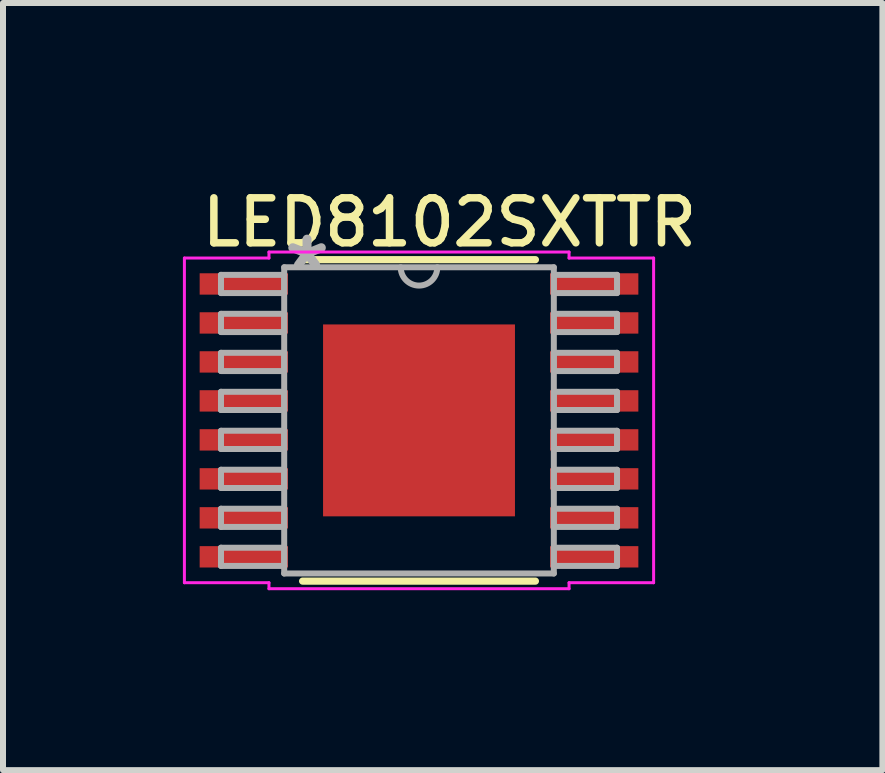
<source format=kicad_pcb>
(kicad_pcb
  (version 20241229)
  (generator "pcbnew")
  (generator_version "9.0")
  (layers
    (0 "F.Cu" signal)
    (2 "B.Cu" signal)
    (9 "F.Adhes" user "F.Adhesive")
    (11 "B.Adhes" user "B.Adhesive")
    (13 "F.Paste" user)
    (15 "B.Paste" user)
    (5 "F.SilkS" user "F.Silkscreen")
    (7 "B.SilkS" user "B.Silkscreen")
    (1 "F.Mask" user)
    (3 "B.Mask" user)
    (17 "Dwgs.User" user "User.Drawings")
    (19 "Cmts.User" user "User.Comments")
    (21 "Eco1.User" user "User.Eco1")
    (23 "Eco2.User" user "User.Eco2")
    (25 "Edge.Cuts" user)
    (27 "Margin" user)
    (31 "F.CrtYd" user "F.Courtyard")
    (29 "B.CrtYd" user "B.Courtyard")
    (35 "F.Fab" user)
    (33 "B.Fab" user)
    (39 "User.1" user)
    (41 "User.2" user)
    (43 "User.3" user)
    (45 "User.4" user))
  (footprint "LED8102SXTTR"
    (layer "F.Cu")
    (at 3.937 3.96)
    (property "Reference" "LED8102SXTTR" (at 0.508 -3.302 0) (layer "F.SilkS") (effects (font (size 0.75 0.75) (thickness 0.125))))
    (attr through_hole)
    (fp_line (start -1.941 2.68) (end 1.941 2.68) (stroke (width 0.12) (type solid)) (layer "F.SilkS"))
    (fp_line (start 1.941 -2.68) (end -1.941 -2.68) (stroke (width 0.12) (type solid)) (layer "F.SilkS"))
    (fp_poly (pts (xy -1.5 -1.5) (xy -1.5 -0.1) (xy -0.1 -0.1) (xy -0.1 -1.5)) (stroke (width 0.1) (type solid)) (fill yes) (layer "F.Paste"))
    (fp_poly (pts (xy -1.5 0.1) (xy -1.5 1.5) (xy -0.1 1.5) (xy -0.1 0.1)) (stroke (width 0.1) (type solid)) (fill yes) (layer "F.Paste"))
    (fp_poly (pts (xy 0.1 -1.5) (xy 0.1 -0.1) (xy 1.5 -0.1) (xy 1.5 -1.5)) (stroke (width 0.1) (type solid)) (fill yes) (layer "F.Paste"))
    (fp_poly (pts (xy 0.1 0.1) (xy 0.1 1.5) (xy 1.5 1.5) (xy 1.5 0.1)) (stroke (width 0.1) (type solid)) (fill yes) (layer "F.Paste"))
    (fp_line (start -3.912 -2.707) (end -2.502 -2.707) (stroke (width 0.05) (type solid)) (layer "F.CrtYd"))
    (fp_line (start -3.912 2.707) (end -3.912 -2.707) (stroke (width 0.05) (type solid)) (layer "F.CrtYd"))
    (fp_line (start -2.502 -2.807) (end 2.502 -2.807) (stroke (width 0.05) (type solid)) (layer "F.CrtYd"))
    (fp_line (start -2.502 -2.707) (end -2.502 -2.807) (stroke (width 0.05) (type solid)) (layer "F.CrtYd"))
    (fp_line (start -2.502 2.707) (end -3.912 2.707) (stroke (width 0.05) (type solid)) (layer "F.CrtYd"))
    (fp_line (start -2.502 2.807) (end -2.502 2.707) (stroke (width 0.05) (type solid)) (layer "F.CrtYd"))
    (fp_line (start 2.502 -2.807) (end 2.502 -2.707) (stroke (width 0.05) (type solid)) (layer "F.CrtYd"))
    (fp_line (start 2.502 -2.707) (end 3.912 -2.707) (stroke (width 0.05) (type solid)) (layer "F.CrtYd"))
    (fp_line (start 2.502 2.707) (end 2.502 2.807) (stroke (width 0.05) (type solid)) (layer "F.CrtYd"))
    (fp_line (start 2.502 2.807) (end -2.502 2.807) (stroke (width 0.05) (type solid)) (layer "F.CrtYd"))
    (fp_line (start 3.912 -2.707) (end 3.912 2.707) (stroke (width 0.05) (type solid)) (layer "F.CrtYd"))
    (fp_line (start 3.912 2.707) (end 2.502 2.707) (stroke (width 0.05) (type solid)) (layer "F.CrtYd"))
    (fp_line (start -3.302 -2.427) (end -3.302 -2.123) (stroke (width 0.1) (type solid)) (layer "F.Fab"))
    (fp_line (start -3.302 -2.123) (end -2.248 -2.123) (stroke (width 0.1) (type solid)) (layer "F.Fab"))
    (fp_line (start -3.302 -1.777) (end -3.302 -1.473) (stroke (width 0.1) (type solid)) (layer "F.Fab"))
    (fp_line (start -3.302 -1.473) (end -2.248 -1.473) (stroke (width 0.1) (type solid)) (layer "F.Fab"))
    (fp_line (start -3.302 -1.127) (end -3.302 -0.823) (stroke (width 0.1) (type solid)) (layer "F.Fab"))
    (fp_line (start -3.302 -0.823) (end -2.248 -0.823) (stroke (width 0.1) (type solid)) (layer "F.Fab"))
    (fp_line (start -3.302 -0.477) (end -3.302 -0.173) (stroke (width 0.1) (type solid)) (layer "F.Fab"))
    (fp_line (start -3.302 -0.173) (end -2.248 -0.173) (stroke (width 0.1) (type solid)) (layer "F.Fab"))
    (fp_line (start -3.302 0.173) (end -3.302 0.477) (stroke (width 0.1) (type solid)) (layer "F.Fab"))
    (fp_line (start -3.302 0.477) (end -2.248 0.477) (stroke (width 0.1) (type solid)) (layer "F.Fab"))
    (fp_line (start -3.302 0.823) (end -3.302 1.127) (stroke (width 0.1) (type solid)) (layer "F.Fab"))
    (fp_line (start -3.302 1.127) (end -2.248 1.127) (stroke (width 0.1) (type solid)) (layer "F.Fab"))
    (fp_line (start -3.302 1.473) (end -3.302 1.777) (stroke (width 0.1) (type solid)) (layer "F.Fab"))
    (fp_line (start -3.302 1.777) (end -2.248 1.777) (stroke (width 0.1) (type solid)) (layer "F.Fab"))
    (fp_line (start -3.302 2.123) (end -3.302 2.427) (stroke (width 0.1) (type solid)) (layer "F.Fab"))
    (fp_line (start -3.302 2.427) (end -2.248 2.427) (stroke (width 0.1) (type solid)) (layer "F.Fab"))
    (fp_line (start -2.248 -2.553) (end -2.248 2.553) (stroke (width 0.1) (type solid)) (layer "F.Fab"))
    (fp_line (start -2.248 -2.427) (end -3.302 -2.427) (stroke (width 0.1) (type solid)) (layer "F.Fab"))
    (fp_line (start -2.248 -2.123) (end -2.248 -2.427) (stroke (width 0.1) (type solid)) (layer "F.Fab"))
    (fp_line (start -2.248 -1.777) (end -3.302 -1.777) (stroke (width 0.1) (type solid)) (layer "F.Fab"))
    (fp_line (start -2.248 -1.473) (end -2.248 -1.777) (stroke (width 0.1) (type solid)) (layer "F.Fab"))
    (fp_line (start -2.248 -1.127) (end -3.302 -1.127) (stroke (width 0.1) (type solid)) (layer "F.Fab"))
    (fp_line (start -2.248 -0.823) (end -2.248 -1.127) (stroke (width 0.1) (type solid)) (layer "F.Fab"))
    (fp_line (start -2.248 -0.477) (end -3.302 -0.477) (stroke (width 0.1) (type solid)) (layer "F.Fab"))
    (fp_line (start -2.248 -0.173) (end -2.248 -0.477) (stroke (width 0.1) (type solid)) (layer "F.Fab"))
    (fp_line (start -2.248 0.173) (end -3.302 0.173) (stroke (width 0.1) (type solid)) (layer "F.Fab"))
    (fp_line (start -2.248 0.477) (end -2.248 0.173) (stroke (width 0.1) (type solid)) (layer "F.Fab"))
    (fp_line (start -2.248 0.823) (end -3.302 0.823) (stroke (width 0.1) (type solid)) (layer "F.Fab"))
    (fp_line (start -2.248 1.127) (end -2.248 0.823) (stroke (width 0.1) (type solid)) (layer "F.Fab"))
    (fp_line (start -2.248 1.473) (end -3.302 1.473) (stroke (width 0.1) (type solid)) (layer "F.Fab"))
    (fp_line (start -2.248 1.777) (end -2.248 1.473) (stroke (width 0.1) (type solid)) (layer "F.Fab"))
    (fp_line (start -2.248 2.123) (end -3.302 2.123) (stroke (width 0.1) (type solid)) (layer "F.Fab"))
    (fp_line (start -2.248 2.427) (end -2.248 2.123) (stroke (width 0.1) (type solid)) (layer "F.Fab"))
    (fp_line (start -2.248 2.553) (end 2.248 2.553) (stroke (width 0.1) (type solid)) (layer "F.Fab"))
    (fp_line (start 2.248 -2.553) (end -2.248 -2.553) (stroke (width 0.1) (type solid)) (layer "F.Fab"))
    (fp_line (start 2.248 -2.427) (end 2.248 -2.123) (stroke (width 0.1) (type solid)) (layer "F.Fab"))
    (fp_line (start 2.248 -2.123) (end 3.302 -2.123) (stroke (width 0.1) (type solid)) (layer "F.Fab"))
    (fp_line (start 2.248 -1.777) (end 2.248 -1.473) (stroke (width 0.1) (type solid)) (layer "F.Fab"))
    (fp_line (start 2.248 -1.473) (end 3.302 -1.473) (stroke (width 0.1) (type solid)) (layer "F.Fab"))
    (fp_line (start 2.248 -1.127) (end 2.248 -0.823) (stroke (width 0.1) (type solid)) (layer "F.Fab"))
    (fp_line (start 2.248 -0.823) (end 3.302 -0.823) (stroke (width 0.1) (type solid)) (layer "F.Fab"))
    (fp_line (start 2.248 -0.477) (end 2.248 -0.173) (stroke (width 0.1) (type solid)) (layer "F.Fab"))
    (fp_line (start 2.248 -0.173) (end 3.302 -0.173) (stroke (width 0.1) (type solid)) (layer "F.Fab"))
    (fp_line (start 2.248 0.173) (end 2.248 0.477) (stroke (width 0.1) (type solid)) (layer "F.Fab"))
    (fp_line (start 2.248 0.477) (end 3.302 0.477) (stroke (width 0.1) (type solid)) (layer "F.Fab"))
    (fp_line (start 2.248 0.823) (end 2.248 1.127) (stroke (width 0.1) (type solid)) (layer "F.Fab"))
    (fp_line (start 2.248 1.127) (end 3.302 1.127) (stroke (width 0.1) (type solid)) (layer "F.Fab"))
    (fp_line (start 2.248 1.473) (end 2.248 1.777) (stroke (width 0.1) (type solid)) (layer "F.Fab"))
    (fp_line (start 2.248 1.777) (end 3.302 1.777) (stroke (width 0.1) (type solid)) (layer "F.Fab"))
    (fp_line (start 2.248 2.123) (end 2.248 2.427) (stroke (width 0.1) (type solid)) (layer "F.Fab"))
    (fp_line (start 2.248 2.427) (end 3.302 2.427) (stroke (width 0.1) (type solid)) (layer "F.Fab"))
    (fp_line (start 2.248 2.553) (end 2.248 -2.553) (stroke (width 0.1) (type solid)) (layer "F.Fab"))
    (fp_line (start 3.302 -2.427) (end 2.248 -2.427) (stroke (width 0.1) (type solid)) (layer "F.Fab"))
    (fp_line (start 3.302 -2.123) (end 3.302 -2.427) (stroke (width 0.1) (type solid)) (layer "F.Fab"))
    (fp_line (start 3.302 -1.777) (end 2.248 -1.777) (stroke (width 0.1) (type solid)) (layer "F.Fab"))
    (fp_line (start 3.302 -1.473) (end 3.302 -1.777) (stroke (width 0.1) (type solid)) (layer "F.Fab"))
    (fp_line (start 3.302 -1.127) (end 2.248 -1.127) (stroke (width 0.1) (type solid)) (layer "F.Fab"))
    (fp_line (start 3.302 -0.823) (end 3.302 -1.127) (stroke (width 0.1) (type solid)) (layer "F.Fab"))
    (fp_line (start 3.302 -0.477) (end 2.248 -0.477) (stroke (width 0.1) (type solid)) (layer "F.Fab"))
    (fp_line (start 3.302 -0.173) (end 3.302 -0.477) (stroke (width 0.1) (type solid)) (layer "F.Fab"))
    (fp_line (start 3.302 0.173) (end 2.248 0.173) (stroke (width 0.1) (type solid)) (layer "F.Fab"))
    (fp_line (start 3.302 0.477) (end 3.302 0.173) (stroke (width 0.1) (type solid)) (layer "F.Fab"))
    (fp_line (start 3.302 0.823) (end 2.248 0.823) (stroke (width 0.1) (type solid)) (layer "F.Fab"))
    (fp_line (start 3.302 1.127) (end 3.302 0.823) (stroke (width 0.1) (type solid)) (layer "F.Fab"))
    (fp_line (start 3.302 1.473) (end 2.248 1.473) (stroke (width 0.1) (type solid)) (layer "F.Fab"))
    (fp_line (start 3.302 1.777) (end 3.302 1.473) (stroke (width 0.1) (type solid)) (layer "F.Fab"))
    (fp_line (start 3.302 2.123) (end 2.248 2.123) (stroke (width 0.1) (type solid)) (layer "F.Fab"))
    (fp_line (start 3.302 2.427) (end 3.302 2.123) (stroke (width 0.1) (type solid)) (layer "F.Fab"))
    (fp_arc (start 0.3048 -2.5527) (mid 0 -2.2479) (end -0.3048 -2.5527) (stroke (width 0.1) (type solid)) (layer "F.Fab"))
    (fp_text user "*" (at -1.867 -2.477 0) (layer "F.Fab") (effects (font (size 1 1) (thickness 0.15))))
    (pad "1" smd rect (at -2.921 -2.275) (size 1.473 0.356) (layers "F.Cu" "F.Mask" "F.Paste"))
    (pad "2" smd rect (at -2.921 -1.625) (size 1.473 0.356) (layers "F.Cu" "F.Mask" "F.Paste"))
    (pad "3" smd rect (at -2.921 -0.975) (size 1.473 0.356) (layers "F.Cu" "F.Mask" "F.Paste"))
    (pad "4" smd rect (at -2.921 -0.325) (size 1.473 0.356) (layers "F.Cu" "F.Mask" "F.Paste"))
    (pad "5" smd rect (at -2.921 0.325) (size 1.473 0.356) (layers "F.Cu" "F.Mask" "F.Paste"))
    (pad "6" smd rect (at -2.921 0.975) (size 1.473 0.356) (layers "F.Cu" "F.Mask" "F.Paste"))
    (pad "7" smd rect (at -2.921 1.625) (size 1.473 0.356) (layers "F.Cu" "F.Mask" "F.Paste"))
    (pad "8" smd rect (at -2.921 2.275) (size 1.473 0.356) (layers "F.Cu" "F.Mask" "F.Paste"))
    (pad "9" smd rect (at 2.921 2.275) (size 1.473 0.356) (layers "F.Cu" "F.Mask" "F.Paste"))
    (pad "10" smd rect (at 2.921 1.625) (size 1.473 0.356) (layers "F.Cu" "F.Mask" "F.Paste"))
    (pad "11" smd rect (at 2.921 0.975) (size 1.473 0.356) (layers "F.Cu" "F.Mask" "F.Paste"))
    (pad "12" smd rect (at 2.921 0.325) (size 1.473 0.356) (layers "F.Cu" "F.Mask" "F.Paste"))
    (pad "13" smd rect (at 2.921 -0.325) (size 1.473 0.356) (layers "F.Cu" "F.Mask" "F.Paste"))
    (pad "14" smd rect (at 2.921 -0.975) (size 1.473 0.356) (layers "F.Cu" "F.Mask" "F.Paste"))
    (pad "15" smd rect (at 2.921 -1.625) (size 1.473 0.356) (layers "F.Cu" "F.Mask" "F.Paste"))
    (pad "16" smd rect (at 2.921 -2.275) (size 1.473 0.356) (layers "F.Cu" "F.Mask" "F.Paste"))
    (pad "EPAD" smd rect (at 0 0) (size 3.2 3.2) (layers "F.Cu" "F.Mask")))
  (gr_rect
    (start -3 -3)
    (end 11.664 9.792)
    (stroke (width 0.1) (type default))
    (fill no)
    (layer "Edge.Cuts")))
</source>
